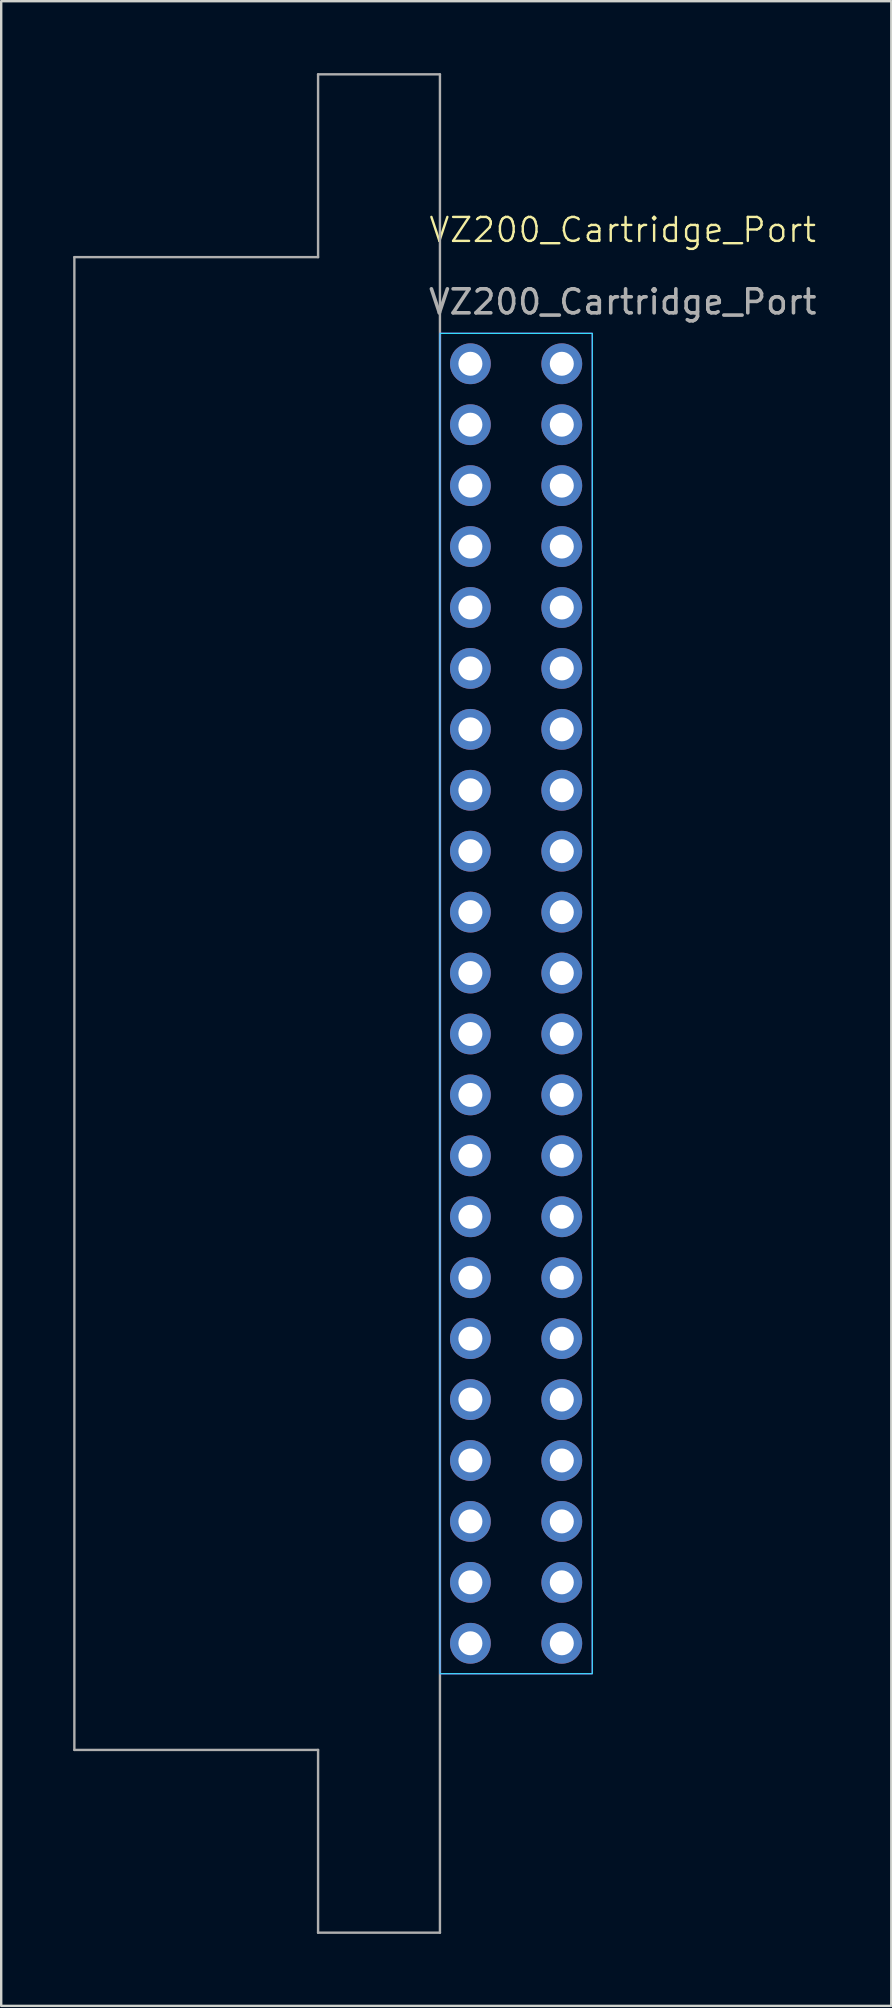
<source format=kicad_pcb>
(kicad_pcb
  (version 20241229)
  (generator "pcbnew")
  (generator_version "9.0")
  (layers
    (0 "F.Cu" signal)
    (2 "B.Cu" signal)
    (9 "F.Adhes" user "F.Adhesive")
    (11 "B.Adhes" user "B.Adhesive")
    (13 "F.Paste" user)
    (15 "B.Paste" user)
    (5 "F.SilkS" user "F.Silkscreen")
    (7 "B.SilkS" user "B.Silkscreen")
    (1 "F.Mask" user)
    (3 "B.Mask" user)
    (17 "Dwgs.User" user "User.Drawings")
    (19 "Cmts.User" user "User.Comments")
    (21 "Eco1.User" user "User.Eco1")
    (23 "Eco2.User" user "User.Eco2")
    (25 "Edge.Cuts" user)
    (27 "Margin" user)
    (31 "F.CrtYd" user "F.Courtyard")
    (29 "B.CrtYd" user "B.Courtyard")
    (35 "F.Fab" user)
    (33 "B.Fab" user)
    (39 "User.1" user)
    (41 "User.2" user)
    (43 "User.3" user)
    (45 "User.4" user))
  (footprint "VZ200_Cartridge_Port"
    (layer "F.Cu")
    (at 22.91 7.035)
    (property "Reference" "VZ200_Cartridge_Port" (at 0 -0.5 0) (unlocked yes) (layer "F.SilkS") (effects (font (size 1 1) (thickness 0.1))))
    (attr through_hole)
    (fp_rect (start -7.62 3.81) (end -1.27 59.69) (stroke (width 0.05) (type default)) (fill no) (layer "B.CrtYd"))
    (fp_rect (start -7.62 3.81) (end -1.27 59.69) (stroke (width 0.05) (type default)) (fill no) (layer "F.CrtYd"))
    (fp_line (start -22.86 0.635) (end -22.86 62.865) (stroke (width 0.1) (type default)) (layer "F.Fab"))
    (fp_line (start -12.7 -6.985) (end -12.7 0.635) (stroke (width 0.1) (type default)) (layer "F.Fab"))
    (fp_line (start -12.7 0.635) (end -22.86 0.635) (stroke (width 0.1) (type default)) (layer "F.Fab"))
    (fp_line (start -12.7 62.865) (end -22.86 62.865) (stroke (width 0.1) (type default)) (layer "F.Fab"))
    (fp_line (start -12.7 70.485) (end -12.7 62.865) (stroke (width 0.1) (type default)) (layer "F.Fab"))
    (fp_line (start -7.62 -6.985) (end -12.7 -6.985) (stroke (width 0.1) (type default)) (layer "F.Fab"))
    (fp_line (start -7.62 -6.985) (end -7.62 70.485) (stroke (width 0.1) (type default)) (layer "F.Fab"))
    (fp_line (start -7.62 70.485) (end -12.7 70.485) (stroke (width 0.1) (type default)) (layer "F.Fab"))
    (fp_text user "${REFERENCE}" (at 0 2.5 0) (unlocked yes) (layer "F.Fab") (effects (font (size 1 1) (thickness 0.15))))
    (pad "1" thru_hole circle (at -2.54 5.08) (size 1.7 1.7) (drill 1) (layers "*.Cu" "*.Mask"))
    (pad "2" thru_hole circle (at -2.54 7.62) (size 1.7 1.7) (drill 1) (layers "*.Cu" "*.Mask"))
    (pad "3" thru_hole circle (at -2.54 10.16) (size 1.7 1.7) (drill 1) (layers "*.Cu" "*.Mask"))
    (pad "4" thru_hole circle (at -2.54 12.7) (size 1.7 1.7) (drill 1) (layers "*.Cu" "*.Mask"))
    (pad "5" thru_hole circle (at -2.54 15.24) (size 1.7 1.7) (drill 1) (layers "*.Cu" "*.Mask"))
    (pad "6" thru_hole circle (at -2.54 17.78) (size 1.7 1.7) (drill 1) (layers "*.Cu" "*.Mask"))
    (pad "7" thru_hole circle (at -2.54 20.32) (size 1.7 1.7) (drill 1) (layers "*.Cu" "*.Mask"))
    (pad "8" thru_hole circle (at -2.54 22.86) (size 1.7 1.7) (drill 1) (layers "*.Cu" "*.Mask"))
    (pad "9" thru_hole circle (at -2.54 25.4) (size 1.7 1.7) (drill 1) (layers "*.Cu" "*.Mask"))
    (pad "10" thru_hole circle (at -2.54 27.94) (size 1.7 1.7) (drill 1) (layers "*.Cu" "*.Mask"))
    (pad "11" thru_hole circle (at -2.54 30.48) (size 1.7 1.7) (drill 1) (layers "*.Cu" "*.Mask"))
    (pad "12" thru_hole circle (at -2.54 33.02) (size 1.7 1.7) (drill 1) (layers "*.Cu" "*.Mask"))
    (pad "13" thru_hole circle (at -2.54 35.56) (size 1.7 1.7) (drill 1) (layers "*.Cu" "*.Mask"))
    (pad "14" thru_hole circle (at -2.54 38.1) (size 1.7 1.7) (drill 1) (layers "*.Cu" "*.Mask"))
    (pad "15" thru_hole circle (at -2.54 40.64) (size 1.7 1.7) (drill 1) (layers "*.Cu" "*.Mask"))
    (pad "16" thru_hole circle (at -2.54 43.18) (size 1.7 1.7) (drill 1) (layers "*.Cu" "*.Mask"))
    (pad "17" thru_hole circle (at -2.54 45.72) (size 1.7 1.7) (drill 1) (layers "*.Cu" "*.Mask"))
    (pad "18" thru_hole circle (at -2.54 48.26) (size 1.7 1.7) (drill 1) (layers "*.Cu" "*.Mask"))
    (pad "19" thru_hole circle (at -2.54 50.8) (size 1.7 1.7) (drill 1) (layers "*.Cu" "*.Mask"))
    (pad "20" thru_hole circle (at -2.54 53.34) (size 1.7 1.7) (drill 1) (layers "*.Cu" "*.Mask"))
    (pad "21" thru_hole circle (at -2.54 55.88) (size 1.7 1.7) (drill 1) (layers "*.Cu" "*.Mask"))
    (pad "22" thru_hole circle (at -2.54 58.42) (size 1.7 1.7) (drill 1) (layers "*.Cu" "*.Mask"))
    (pad "23" thru_hole circle (at -6.35 5.08) (size 1.7 1.7) (drill 1) (layers "*.Cu" "*.Mask"))
    (pad "24" thru_hole circle (at -6.35 7.62) (size 1.7 1.7) (drill 1) (layers "*.Cu" "*.Mask"))
    (pad "25" thru_hole circle (at -6.35 10.16) (size 1.7 1.7) (drill 1) (layers "*.Cu" "*.Mask"))
    (pad "26" thru_hole circle (at -6.35 12.7) (size 1.7 1.7) (drill 1) (layers "*.Cu" "*.Mask"))
    (pad "27" thru_hole circle (at -6.35 15.24) (size 1.7 1.7) (drill 1) (layers "*.Cu" "*.Mask"))
    (pad "28" thru_hole circle (at -6.35 17.78) (size 1.7 1.7) (drill 1) (layers "*.Cu" "*.Mask"))
    (pad "29" thru_hole circle (at -6.35 20.32) (size 1.7 1.7) (drill 1) (layers "*.Cu" "*.Mask"))
    (pad "30" thru_hole circle (at -6.35 22.86) (size 1.7 1.7) (drill 1) (layers "*.Cu" "*.Mask"))
    (pad "31" thru_hole circle (at -6.35 25.4) (size 1.7 1.7) (drill 1) (layers "*.Cu" "*.Mask"))
    (pad "32" thru_hole circle (at -6.35 27.94) (size 1.7 1.7) (drill 1) (layers "*.Cu" "*.Mask"))
    (pad "33" thru_hole circle (at -6.35 30.48) (size 1.7 1.7) (drill 1) (layers "*.Cu" "*.Mask"))
    (pad "34" thru_hole circle (at -6.35 33.02) (size 1.7 1.7) (drill 1) (layers "*.Cu" "*.Mask"))
    (pad "35" thru_hole circle (at -6.35 35.56) (size 1.7 1.7) (drill 1) (layers "*.Cu" "*.Mask"))
    (pad "36" thru_hole circle (at -6.35 38.1) (size 1.7 1.7) (drill 1) (layers "*.Cu" "*.Mask"))
    (pad "37" thru_hole circle (at -6.35 40.64) (size 1.7 1.7) (drill 1) (layers "*.Cu" "*.Mask"))
    (pad "38" thru_hole circle (at -6.35 43.18) (size 1.7 1.7) (drill 1) (layers "*.Cu" "*.Mask"))
    (pad "39" thru_hole circle (at -6.35 45.72) (size 1.7 1.7) (drill 1) (layers "*.Cu" "*.Mask"))
    (pad "40" thru_hole circle (at -6.35 48.26) (size 1.7 1.7) (drill 1) (layers "*.Cu" "*.Mask"))
    (pad "41" thru_hole circle (at -6.35 50.8) (size 1.7 1.7) (drill 1) (layers "*.Cu" "*.Mask"))
    (pad "42" thru_hole circle (at -6.35 53.34) (size 1.7 1.7) (drill 1) (layers "*.Cu" "*.Mask"))
    (pad "43" thru_hole circle (at -6.35 55.88) (size 1.7 1.7) (drill 1) (layers "*.Cu" "*.Mask"))
    (pad "44" thru_hole circle (at -6.35 58.42) (size 1.7 1.7) (drill 1) (layers "*.Cu" "*.Mask")))
  (gr_rect
    (start -3 -3)
    (end 34.106 80.57)
    (stroke (width 0.1) (type default))
    (fill no)
    (layer "Edge.Cuts")))
</source>
